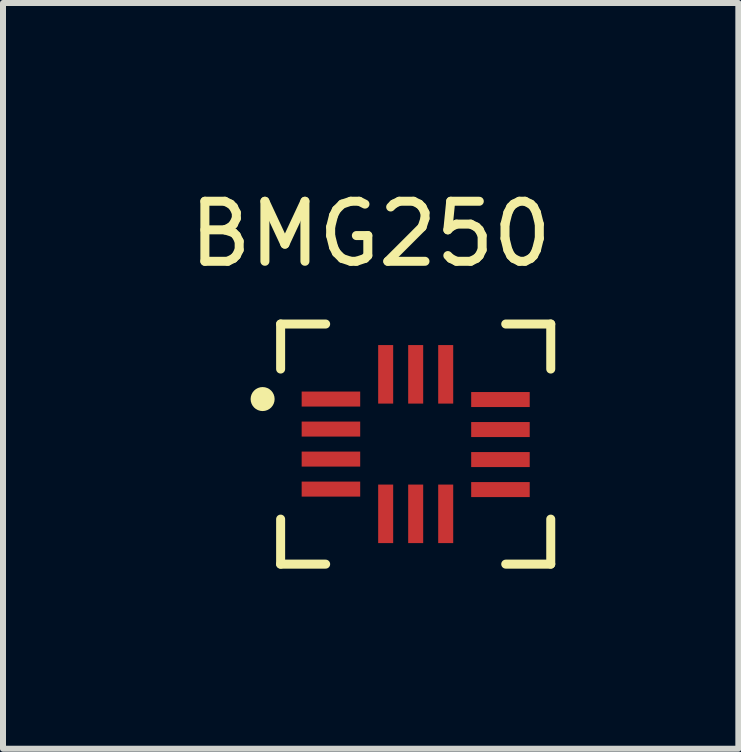
<source format=kicad_pcb>
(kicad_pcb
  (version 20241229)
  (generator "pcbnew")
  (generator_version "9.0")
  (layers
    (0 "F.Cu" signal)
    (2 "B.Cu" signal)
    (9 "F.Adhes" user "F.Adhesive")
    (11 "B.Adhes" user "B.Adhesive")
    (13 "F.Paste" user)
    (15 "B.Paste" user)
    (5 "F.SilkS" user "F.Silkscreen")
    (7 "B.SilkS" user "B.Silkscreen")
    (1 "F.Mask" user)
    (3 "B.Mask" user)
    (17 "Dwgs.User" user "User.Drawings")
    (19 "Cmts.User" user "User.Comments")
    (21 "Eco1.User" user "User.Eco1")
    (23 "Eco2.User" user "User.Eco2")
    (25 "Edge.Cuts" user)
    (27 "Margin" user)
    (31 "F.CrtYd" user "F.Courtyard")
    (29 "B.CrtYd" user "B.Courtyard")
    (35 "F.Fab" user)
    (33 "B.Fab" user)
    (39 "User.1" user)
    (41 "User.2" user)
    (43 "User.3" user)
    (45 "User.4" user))
  (footprint "BMG250"
    (layer "F.Cu")
    (at 3.875 4.348)
    (property "Reference" "BMG250" (at -0.75 -3.5 0) (layer "F.SilkS") (effects (font (size 1 1) (thickness 0.15))))
    (attr smd)
    (fp_line (start -2.25 -2) (end -1.5 -2) (stroke (width 0.15) (type solid)) (layer "F.SilkS"))
    (fp_line (start -2.25 -1.25) (end -2.25 -2) (stroke (width 0.15) (type solid)) (layer "F.SilkS"))
    (fp_line (start -2.25 2) (end -2.25 1.25) (stroke (width 0.15) (type solid)) (layer "F.SilkS"))
    (fp_line (start -1.5 2) (end -2.25 2) (stroke (width 0.15) (type solid)) (layer "F.SilkS"))
    (fp_line (start 1.5 -2) (end 2.25 -2) (stroke (width 0.15) (type solid)) (layer "F.SilkS"))
    (fp_line (start 2.25 -2) (end 2.25 -1.25) (stroke (width 0.15) (type solid)) (layer "F.SilkS"))
    (fp_line (start 2.25 1.25) (end 2.25 2) (stroke (width 0.15) (type solid)) (layer "F.SilkS"))
    (fp_line (start 2.25 2) (end 1.5 2) (stroke (width 0.15) (type solid)) (layer "F.SilkS"))
    (fp_circle (center -2.55 -0.75) (end -2.45 -0.75) (stroke (width 0.2) (type solid)) (fill no) (layer "F.SilkS"))
    (pad "1" smd rect (at -1.262 -0.75) (size 0.975 0.25) (drill (offset -0.15 0)) (layers "F.Cu" "F.Mask" "F.Paste"))
    (pad "2" smd rect (at -1.262 -0.25) (size 0.975 0.25) (drill (offset -0.15 0)) (layers "F.Cu" "F.Mask" "F.Paste"))
    (pad "3" smd rect (at -1.262 0.25) (size 0.975 0.25) (drill (offset -0.15 0)) (layers "F.Cu" "F.Mask" "F.Paste"))
    (pad "4" smd rect (at -1.262 0.75) (size 0.975 0.25) (drill (offset -0.15 0)) (layers "F.Cu" "F.Mask" "F.Paste"))
    (pad "5" smd rect (at -0.5 1.012) (size 0.25 0.975) (drill (offset 0 0.15)) (layers "F.Cu" "F.Mask" "F.Paste"))
    (pad "6" smd rect (at 0 1.012) (size 0.25 0.975) (drill (offset 0 0.15)) (layers "F.Cu" "F.Mask" "F.Paste"))
    (pad "7" smd rect (at 0.5 1.012) (size 0.25 0.975) (drill (offset 0 0.15)) (layers "F.Cu" "F.Mask" "F.Paste"))
    (pad "8" smd rect (at 1.262 0.758) (size 0.975 0.25) (drill (offset 0.15 0)) (layers "F.Cu" "F.Mask" "F.Paste"))
    (pad "9" smd rect (at 1.262 0.258) (size 0.975 0.25) (drill (offset 0.15 0)) (layers "F.Cu" "F.Mask" "F.Paste"))
    (pad "10" smd rect (at 1.262 -0.242) (size 0.975 0.25) (drill (offset 0.15 0)) (layers "F.Cu" "F.Mask" "F.Paste"))
    (pad "11" smd rect (at 1.262 -0.742) (size 0.975 0.25) (drill (offset 0.15 0)) (layers "F.Cu" "F.Mask" "F.Paste"))
    (pad "12" smd rect (at 0.5 -1.012) (size 0.25 0.975) (drill (offset 0 -0.15)) (layers "F.Cu" "F.Mask" "F.Paste"))
    (pad "13" smd rect (at 0 -1.012) (size 0.25 0.975) (drill (offset 0 -0.15)) (layers "F.Cu" "F.Mask" "F.Paste"))
    (pad "14" smd rect (at -0.5 -1.012) (size 0.25 0.975) (drill (offset 0 -0.15)) (layers "F.Cu" "F.Mask" "F.Paste")))
  (gr_rect
    (start -3 -3)
    (end 9.25 9.423)
    (stroke (width 0.1) (type default))
    (fill no)
    (layer "Edge.Cuts")))
</source>
